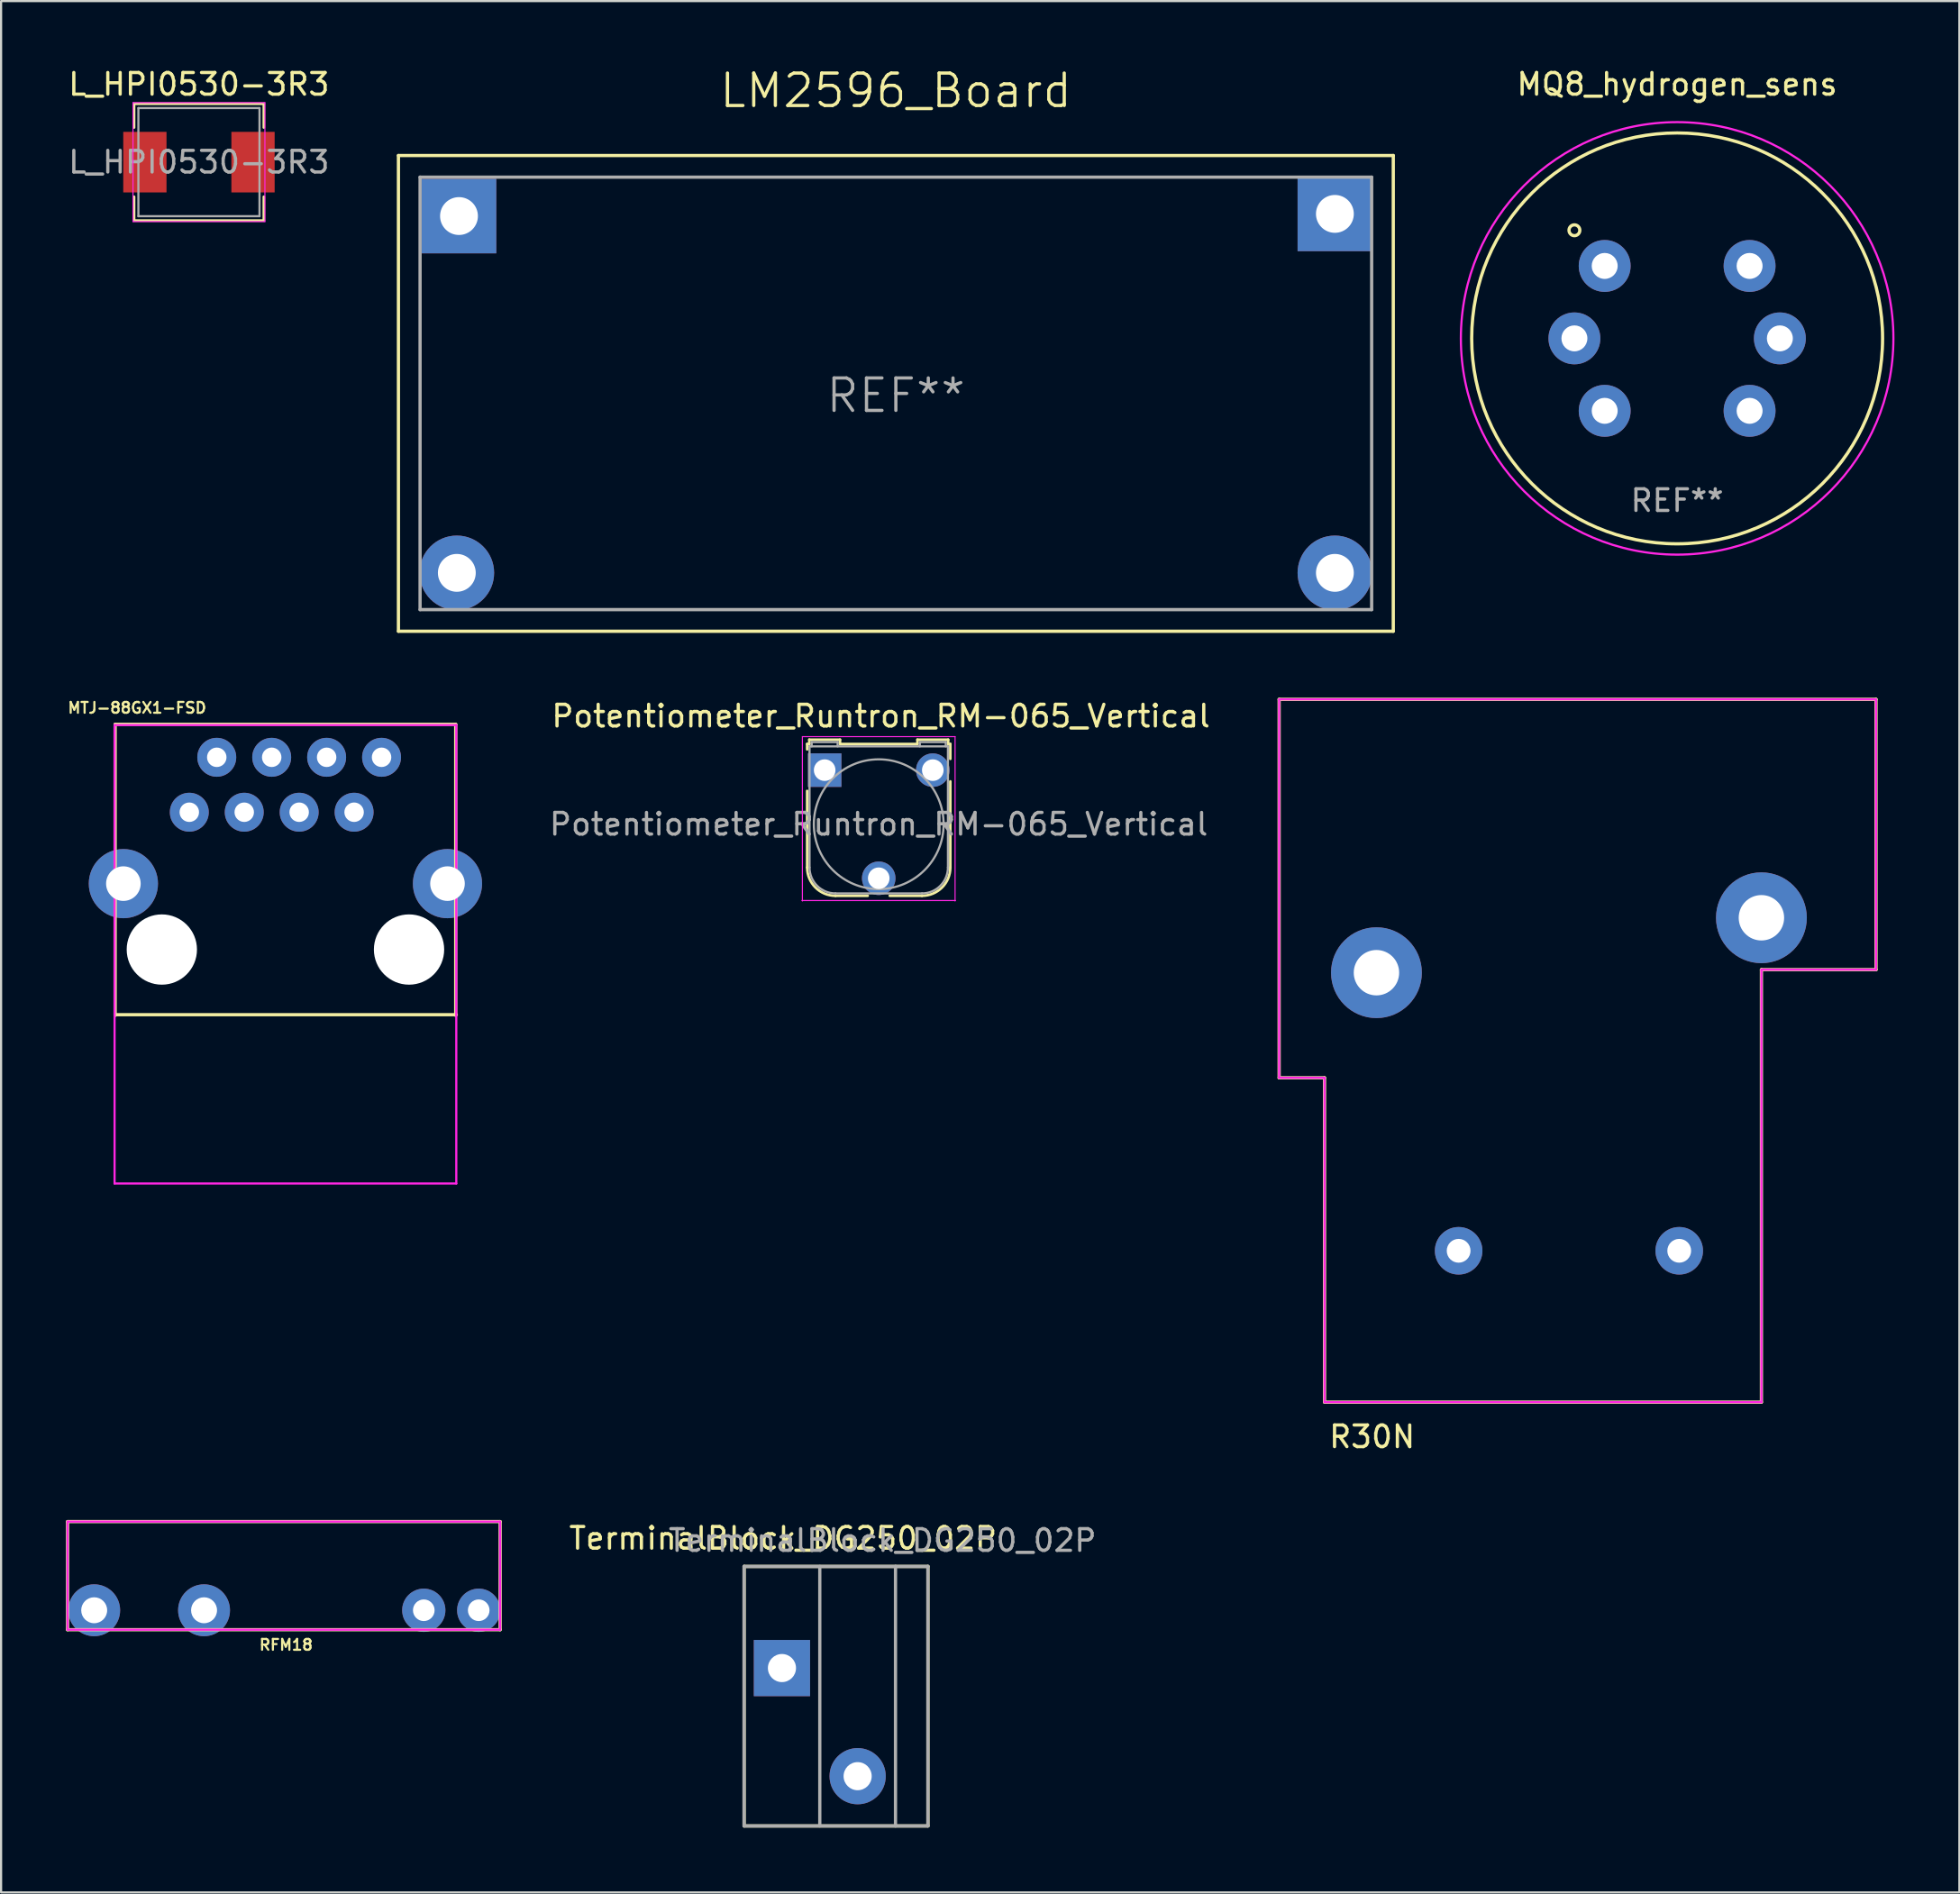
<source format=kicad_pcb>
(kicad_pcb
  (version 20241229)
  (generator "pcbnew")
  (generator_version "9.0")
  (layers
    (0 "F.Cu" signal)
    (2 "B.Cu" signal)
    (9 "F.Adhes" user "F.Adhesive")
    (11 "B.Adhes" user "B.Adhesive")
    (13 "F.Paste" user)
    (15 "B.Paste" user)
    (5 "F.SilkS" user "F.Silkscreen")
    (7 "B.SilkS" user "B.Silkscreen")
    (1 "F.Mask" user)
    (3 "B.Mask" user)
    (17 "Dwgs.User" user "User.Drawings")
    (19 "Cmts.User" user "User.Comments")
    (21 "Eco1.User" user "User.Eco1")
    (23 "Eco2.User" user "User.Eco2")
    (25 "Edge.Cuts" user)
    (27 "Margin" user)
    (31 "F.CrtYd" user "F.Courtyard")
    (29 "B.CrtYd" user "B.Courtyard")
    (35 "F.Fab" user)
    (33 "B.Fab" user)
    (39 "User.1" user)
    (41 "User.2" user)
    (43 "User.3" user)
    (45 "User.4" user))
  (footprint "R30N"
    (layer "F.Cu")
    (at 69.395 43.391)
    (property "Reference" "R30N" (at -9 20 0) (layer "F.SilkS") (effects (font (size 1 1) (thickness 0.15))))
    (attr through_hole)
    (fp_line (start -13.3 -14.1) (end -13.3 3.4) (stroke (width 0.15) (type solid)) (layer "F.SilkS"))
    (fp_line (start -13.3 -14.1) (end 14.3 -14.1) (stroke (width 0.15) (type solid)) (layer "F.SilkS"))
    (fp_line (start -13.3 3.4) (end -11.2 3.4) (stroke (width 0.15) (type solid)) (layer "F.SilkS"))
    (fp_line (start -11.2 3.4) (end -11.2 18.4) (stroke (width 0.15) (type solid)) (layer "F.SilkS"))
    (fp_line (start 9 18.4) (end -11.2 18.4) (stroke (width 0.15) (type solid)) (layer "F.SilkS"))
    (fp_line (start 9 18.4) (end 9 -1.6) (stroke (width 0.15) (type solid)) (layer "F.SilkS"))
    (fp_line (start 14.3 -1.6) (end 9 -1.6) (stroke (width 0.15) (type solid)) (layer "F.SilkS"))
    (fp_line (start 14.3 -1.6) (end 14.3 -14.1) (stroke (width 0.15) (type solid)) (layer "F.SilkS"))
    (fp_line (start -13.3 -14.1) (end -13.3 3.4) (stroke (width 0.1) (type solid)) (layer "F.CrtYd"))
    (fp_line (start -13.3 -14.1) (end 14.3 -14.1) (stroke (width 0.1) (type solid)) (layer "F.CrtYd"))
    (fp_line (start -13.3 3.4) (end -11.2 3.4) (stroke (width 0.1) (type solid)) (layer "F.CrtYd"))
    (fp_line (start -11.2 3.4) (end -11.2 18.4) (stroke (width 0.1) (type solid)) (layer "F.CrtYd"))
    (fp_line (start 9 18.4) (end -11.2 18.4) (stroke (width 0.1) (type solid)) (layer "F.CrtYd"))
    (fp_line (start 9 18.4) (end 9 -1.6) (stroke (width 0.1) (type solid)) (layer "F.CrtYd"))
    (fp_line (start 14.3 -1.6) (end 9 -1.6) (stroke (width 0.1) (type solid)) (layer "F.CrtYd"))
    (fp_line (start 14.3 -1.6) (end 14.3 -14.1) (stroke (width 0.1) (type solid)) (layer "F.CrtYd"))
    (pad "11" thru_hole circle (at -8.8 -1.46) (size 4.2 4.2) (drill 2.1) (layers "*.Cu" "*.Mask"))
    (pad "14" thru_hole circle (at 9 -4) (size 4.2 4.2) (drill 2.1) (layers "*.Cu" "*.Mask"))
    (pad "A1" thru_hole circle (at 5.2 11.4) (size 2.2 2.2) (drill 1.1) (layers "*.Cu" "*.Mask"))
    (pad "A2" thru_hole circle (at -5 11.4) (size 2.2 2.2) (drill 1.1) (layers "*.Cu" "*.Mask")))
  (footprint "L_HPI0530-3R3"
    (layer "F.Cu")
    (at 6.149 4.448)
    (property "Reference" "L_HPI0530-3R3" (at 0 -3.6 0) (layer "F.SilkS") (effects (font (size 1 1) (thickness 0.15))))
    (attr smd)
    (fp_line (start -3 -2.7) (end 3 -2.7) (stroke (width 0.12) (type solid)) (layer "F.SilkS"))
    (fp_line (start -3 -1.6) (end -3 -2.7) (stroke (width 0.12) (type solid)) (layer "F.SilkS"))
    (fp_line (start -3 2.7) (end -3 1.6) (stroke (width 0.12) (type solid)) (layer "F.SilkS"))
    (fp_line (start 3 -2.7) (end 3 -1.6) (stroke (width 0.12) (type solid)) (layer "F.SilkS"))
    (fp_line (start 3 1.6) (end 3 2.7) (stroke (width 0.12) (type solid)) (layer "F.SilkS"))
    (fp_line (start 3 2.7) (end -3 2.7) (stroke (width 0.12) (type solid)) (layer "F.SilkS"))
    (fp_line (start -3.05 -2.75) (end -3.05 2.75) (stroke (width 0.05) (type solid)) (layer "F.CrtYd"))
    (fp_line (start -3.05 -2.75) (end 3.05 -2.75) (stroke (width 0.05) (type solid)) (layer "F.CrtYd"))
    (fp_line (start 3.05 2.75) (end -3.05 2.75) (stroke (width 0.05) (type solid)) (layer "F.CrtYd"))
    (fp_line (start 3.05 2.75) (end 3.05 -2.75) (stroke (width 0.05) (type solid)) (layer "F.CrtYd"))
    (fp_line (start -2.8 -2.5) (end 2.8 -2.5) (stroke (width 0.1) (type solid)) (layer "F.Fab"))
    (fp_line (start -2.8 2.5) (end -2.8 -2.5) (stroke (width 0.1) (type solid)) (layer "F.Fab"))
    (fp_line (start 2.8 -2.5) (end 2.8 2.5) (stroke (width 0.1) (type solid)) (layer "F.Fab"))
    (fp_line (start 2.8 2.5) (end -2.8 2.5) (stroke (width 0.1) (type solid)) (layer "F.Fab"))
    (fp_text user "${REFERENCE}" (at 0 0 0) (layer "F.Fab") (effects (font (size 1 1) (thickness 0.15))))
    (pad "1" smd rect (at -2.5 0) (size 2 2.8) (layers "F.Cu" "F.Mask" "F.Paste"))
    (pad "2" smd rect (at 2.5 0) (size 2 2.8) (layers "F.Cu" "F.Mask" "F.Paste")))
  (footprint "LM2596_Board"
    (layer "F.Cu")
    (at 38.373 15.141)
    (property "Reference" "LM2596_Board" (at 0 -14 0) (layer "F.SilkS") (effects (font (size 1.5 1.5) (thickness 0.15))))
    (attr through_hole)
    (fp_line (start -23 -11) (end -23 11) (stroke (width 0.15) (type solid)) (layer "F.SilkS"))
    (fp_line (start -23 11) (end 23 11) (stroke (width 0.15) (type solid)) (layer "F.SilkS"))
    (fp_line (start 23 -11) (end -23 -11) (stroke (width 0.15) (type solid)) (layer "F.SilkS"))
    (fp_line (start 23 11) (end 23 -11) (stroke (width 0.15) (type solid)) (layer "F.SilkS"))
    (fp_line (start -22 -10) (end 22 -10) (stroke (width 0.15) (type solid)) (layer "F.Fab"))
    (fp_line (start -22 10) (end -22 -10) (stroke (width 0.15) (type solid)) (layer "F.Fab"))
    (fp_line (start 22 -10) (end 22 10) (stroke (width 0.15) (type solid)) (layer "F.Fab"))
    (fp_line (start 22 10) (end -22 10) (stroke (width 0.15) (type solid)) (layer "F.Fab"))
    (fp_text user "REF**" (at 0 0.1 0) (layer "F.Fab") (effects (font (size 1.5 1.5) (thickness 0.15))))
    (pad "1" thru_hole rect (at -20.2 -8.2) (size 3.45 3.45) (drill 1.75) (layers "*.Cu" "*.Mask"))
    (pad "2" thru_hole circle (at -20.3 8.3) (size 3.45 3.45) (drill 1.75) (layers "*.Cu" "*.Mask"))
    (pad "3" thru_hole rect (at 20.3 -8.3) (size 3.45 3.45) (drill 1.75) (layers "*.Cu" "*.Mask"))
    (pad "4" thru_hole circle (at 20.3 8.3) (size 3.45 3.45) (drill 1.75) (layers "*.Cu" "*.Mask")))
  (footprint "TerminalBlock_DG250_02P"
    (layer "F.Cu")
    (at 31.356 69.387)
    (property "Reference" "TerminalBlock_DG250_02P" (at 1.8 -1.3 0) (layer "F.SilkS") (effects (font (size 1 1) (thickness 0.15))))
    (attr through_hole)
    (fp_line (start 0 0) (end 8.5 0) (stroke (width 0.15) (type solid)) (layer "F.SilkS"))
    (fp_line (start 0 12) (end 0 0) (stroke (width 0.15) (type solid)) (layer "F.SilkS"))
    (fp_line (start 8.5 0) (end 8.5 12) (stroke (width 0.15) (type solid)) (layer "F.SilkS"))
    (fp_line (start 8.5 12) (end 0 12) (stroke (width 0.15) (type solid)) (layer "F.SilkS"))
    (fp_line (start 0 0) (end 0 12) (stroke (width 0.15) (type solid)) (layer "F.Fab"))
    (fp_line (start 0 12) (end 7 12) (stroke (width 0.15) (type solid)) (layer "F.Fab"))
    (fp_line (start 3.5 0) (end 3.5 12) (stroke (width 0.15) (type solid)) (layer "F.Fab"))
    (fp_line (start 7 0) (end 0 0) (stroke (width 0.15) (type solid)) (layer "F.Fab"))
    (fp_line (start 7 12) (end 7 0) (stroke (width 0.15) (type solid)) (layer "F.Fab"))
    (fp_line (start 7 12) (end 8.5 12) (stroke (width 0.15) (type solid)) (layer "F.Fab"))
    (fp_line (start 8.5 0) (end 7 0) (stroke (width 0.15) (type solid)) (layer "F.Fab"))
    (fp_line (start 8.5 12) (end 8.5 0) (stroke (width 0.15) (type solid)) (layer "F.Fab"))
    (fp_text user "${REFERENCE}" (at 6.4 -1.2 0) (layer "F.Fab") (effects (font (size 1 1) (thickness 0.15))))
    (pad "1" thru_hole rect (at 1.75 4.7) (size 2.6 2.6) (drill 1.3) (layers "*.Cu" "*.Mask"))
    (pad "2" thru_hole circle (at 5.25 9.7) (size 2.6 2.6) (drill 1.3) (layers "*.Cu" "*.Mask")))
  (footprint "MTJ-88GX1-FSD"
    (layer "F.Cu")
    (at 10.148 40.86)
    (property "Reference" "MTJ-88GX1-FSD" (at -6.858 -11.176 0) (layer "F.SilkS") (effects (font (size 0.5 0.5) (thickness 0.1))))
    (attr through_hole)
    (fp_line (start -7.874 -10.414) (end -7.874 3.048) (stroke (width 0.15) (type solid)) (layer "F.SilkS"))
    (fp_line (start 7.874 -10.414) (end -7.874 -10.414) (stroke (width 0.15) (type solid)) (layer "F.SilkS"))
    (fp_line (start 7.874 -10.414) (end 7.874 3.048) (stroke (width 0.15) (type solid)) (layer "F.SilkS"))
    (fp_line (start 7.9 3.014) (end -7.848 3.014) (stroke (width 0.15) (type solid)) (layer "F.SilkS"))
    (fp_line (start -7.9 -10.38) (end 7.9 -10.38) (stroke (width 0.1) (type solid)) (layer "F.CrtYd"))
    (fp_line (start -7.9 10.82) (end -7.9 -10.38) (stroke (width 0.1) (type solid)) (layer "F.CrtYd"))
    (fp_line (start -7.9 10.82) (end 7.9 10.82) (stroke (width 0.1) (type solid)) (layer "F.CrtYd"))
    (fp_line (start 7.9 10.82) (end 7.9 -10.38) (stroke (width 0.1) (type solid)) (layer "F.CrtYd"))
    (pad "" np_thru_hole circle (at -5.715 0) (size 3.25 3.25) (drill 3.25) (layers "*.Cu" "*.Mask"))
    (pad "" np_thru_hole circle (at 5.715 0) (size 3.25 3.25) (drill 3.25) (layers "*.Cu" "*.Mask"))
    (pad "0" thru_hole circle (at -7.493 -3.048) (size 3.2 3.2) (drill 1.6) (layers "*.Cu" "*.Mask"))
    (pad "0" thru_hole circle (at 7.493 -3.048) (size 3.2 3.2) (drill 1.6) (layers "*.Cu" "*.Mask"))
    (pad "1" thru_hole circle (at -4.445 -6.35) (size 1.8 1.8) (drill 0.9) (layers "*.Cu" "*.Mask"))
    (pad "2" thru_hole circle (at -3.175 -8.89) (size 1.8 1.8) (drill 0.9) (layers "*.Cu" "*.Mask"))
    (pad "3" thru_hole circle (at -1.905 -6.35) (size 1.8 1.8) (drill 0.9) (layers "*.Cu" "*.Mask"))
    (pad "4" thru_hole circle (at -0.635 -8.89) (size 1.8 1.8) (drill 0.9) (layers "*.Cu" "*.Mask"))
    (pad "5" thru_hole circle (at 0.635 -6.35) (size 1.8 1.8) (drill 0.9) (layers "*.Cu" "*.Mask"))
    (pad "6" thru_hole circle (at 1.905 -8.89) (size 1.8 1.8) (drill 0.9) (layers "*.Cu" "*.Mask"))
    (pad "7" thru_hole circle (at 3.175 -6.35) (size 1.8 1.8) (drill 0.9) (layers "*.Cu" "*.Mask"))
    (pad "8" thru_hole circle (at 4.445 -8.89) (size 1.8 1.8) (drill 0.9) (layers "*.Cu" "*.Mask")))
  (footprint "RFM18"
    (layer "F.Cu")
    (at 10.075 72.314)
    (property "Reference" "RFM18" (at 0.1 0.7 0) (layer "F.SilkS") (effects (font (size 0.5 0.5) (thickness 0.1))))
    (attr through_hole)
    (fp_line (start -10 -5) (end 10 -5) (stroke (width 0.15) (type solid)) (layer "F.SilkS"))
    (fp_line (start -10 0) (end -10 -5) (stroke (width 0.15) (type solid)) (layer "F.SilkS"))
    (fp_line (start -10 0) (end 10 0) (stroke (width 0.15) (type solid)) (layer "F.SilkS"))
    (fp_line (start 10 -5) (end 10 0) (stroke (width 0.15) (type solid)) (layer "F.SilkS"))
    (fp_line (start -10 -5) (end 10 -5) (stroke (width 0.1) (type solid)) (layer "F.CrtYd"))
    (fp_line (start -10 0) (end -10 -5) (stroke (width 0.1) (type solid)) (layer "F.CrtYd"))
    (fp_line (start 10 -5) (end 10 0) (stroke (width 0.1) (type solid)) (layer "F.CrtYd"))
    (fp_line (start 10 0) (end -10 0) (stroke (width 0.1) (type solid)) (layer "F.CrtYd"))
    (pad "1" thru_hole circle (at -8.77 -0.9) (size 2.4 2.4) (drill 1.2) (layers "*.Cu" "*.Mask"))
    (pad "2" thru_hole circle (at -3.69 -0.9) (size 2.4 2.4) (drill 1.2) (layers "*.Cu" "*.Mask"))
    (pad "3" thru_hole circle (at 6.47 -0.9) (size 2 2) (drill 1) (layers "*.Cu" "*.Mask"))
    (pad "4" thru_hole circle (at 9.01 -0.9) (size 2 2) (drill 1) (layers "*.Cu" "*.Mask")))
  (footprint "MQ8_hydrogen_sens"
    (layer "F.Cu")
    (at 74.498 12.598)
    (property "Reference" "MQ8_hydrogen_sens" (at 0 -11.75 0) (layer "F.SilkS") (effects (font (size 1 1) (thickness 0.15))))
    (attr through_hole)
    (fp_circle (center -4.75 -5) (end -4.5 -5) (stroke (width 0.15) (type solid)) (fill no) (layer "F.SilkS"))
    (fp_circle (center 0 0) (end 0 -9.5) (stroke (width 0.15) (type solid)) (fill no) (layer "F.SilkS"))
    (fp_circle (center 0 0) (end 10 0) (stroke (width 0.1) (type solid)) (fill no) (layer "F.CrtYd"))
    (fp_text user "REF**" (at 0 7.5 0) (layer "F.Fab") (effects (font (size 1 1) (thickness 0.15))))
    (pad "1" thru_hole circle (at -3.35 -3.35 135) (size 2.4 2.4) (drill 1.2) (layers "*.Cu" "*.Mask"))
    (pad "1" thru_hole circle (at -3.35 3.35 225) (size 2.4 2.4) (drill 1.2) (layers "*.Cu" "*.Mask"))
    (pad "2" thru_hole circle (at -4.75 0 180) (size 2.4 2.4) (drill 1.2) (layers "*.Cu" "*.Mask"))
    (pad "3" thru_hole circle (at 3.35 -3.35 45) (size 2.4 2.4) (drill 1.2) (layers "*.Cu" "*.Mask"))
    (pad "3" thru_hole circle (at 3.35 3.35 315) (size 2.4 2.4) (drill 1.2) (layers "*.Cu" "*.Mask"))
    (pad "4" thru_hole circle (at 4.75 0) (size 2.4 2.4) (drill 1.2) (layers "*.Cu" "*.Mask")))
  (footprint "Potentiometer_Runtron_RM-065_Vertical"
    (layer "F.Cu")
    (at 35.081 32.564)
    (property "Reference" "Potentiometer_Runtron_RM-065_Vertical" (at 2.6 -2.5 0) (layer "F.SilkS") (effects (font (size 1 1) (thickness 0.15))))
    (attr through_hole)
    (fp_line (start -0.81 -1.21) (end -0.81 -0.96) (stroke (width 0.12) (type solid)) (layer "F.SilkS"))
    (fp_line (start -0.81 4.5) (end -0.81 0.96) (stroke (width 0.12) (type solid)) (layer "F.SilkS"))
    (fp_line (start -0.71 -1.41) (end -0.71 -1.21) (stroke (width 0.12) (type solid)) (layer "F.SilkS"))
    (fp_line (start -0.71 -1.41) (end 0.71 -1.41) (stroke (width 0.12) (type solid)) (layer "F.SilkS"))
    (fp_line (start -0.71 -1.21) (end -0.81 -1.21) (stroke (width 0.12) (type solid)) (layer "F.SilkS"))
    (fp_line (start 0.71 -1.21) (end 0.71 -1.41) (stroke (width 0.12) (type solid)) (layer "F.SilkS"))
    (fp_line (start 0.71 -1.21) (end 4.29 -1.21) (stroke (width 0.12) (type solid)) (layer "F.SilkS"))
    (fp_line (start 1.99 5.81) (end 0.5 5.81) (stroke (width 0.12) (type solid)) (layer "F.SilkS"))
    (fp_line (start 4.29 -1.41) (end 5.71 -1.41) (stroke (width 0.12) (type solid)) (layer "F.SilkS"))
    (fp_line (start 4.29 -1.21) (end 4.29 -1.41) (stroke (width 0.12) (type solid)) (layer "F.SilkS"))
    (fp_line (start 4.5 5.81) (end 3.01 5.81) (stroke (width 0.12) (type solid)) (layer "F.SilkS"))
    (fp_line (start 5.71 -1.41) (end 5.71 -1.21) (stroke (width 0.12) (type solid)) (layer "F.SilkS"))
    (fp_line (start 5.71 -1.21) (end 5.81 -1.21) (stroke (width 0.12) (type solid)) (layer "F.SilkS"))
    (fp_line (start 5.81 -1.21) (end 5.81 -0.52) (stroke (width 0.12) (type solid)) (layer "F.SilkS"))
    (fp_line (start 5.81 0.52) (end 5.81 4.5) (stroke (width 0.12) (type solid)) (layer "F.SilkS"))
    (fp_arc (start 0.5 5.81) (mid -0.42631 5.42631) (end -0.81 4.5) (stroke (width 0.12) (type solid)) (layer "F.SilkS"))
    (fp_arc (start 5.81 4.5) (mid 5.42631 5.42631) (end 4.5 5.81) (stroke (width 0.12) (type solid)) (layer "F.SilkS"))
    (fp_line (start -1.03 -1.55) (end -1.03 6.05) (stroke (width 0.05) (type solid)) (layer "F.CrtYd"))
    (fp_line (start -1.03 -1.55) (end 6.03 -1.55) (stroke (width 0.05) (type solid)) (layer "F.CrtYd"))
    (fp_line (start 6.03 6.05) (end 6.03 -1.55) (stroke (width 0.05) (type solid)) (layer "F.CrtYd"))
    (fp_line (start 6.05 6.03) (end -1.05 6.03) (stroke (width 0.05) (type solid)) (layer "F.CrtYd"))
    (fp_line (start -0.7 4.5) (end -0.7 -1.1) (stroke (width 0.1) (type solid)) (layer "F.Fab"))
    (fp_line (start -0.6 -1.3) (end 0.6 -1.3) (stroke (width 0.1) (type solid)) (layer "F.Fab"))
    (fp_line (start -0.6 -1.1) (end -0.6 -1.3) (stroke (width 0.1) (type solid)) (layer "F.Fab"))
    (fp_line (start 0.5 5.7) (end 4.5 5.7) (stroke (width 0.1) (type solid)) (layer "F.Fab"))
    (fp_line (start 0.6 -1.3) (end 0.6 -1.1) (stroke (width 0.1) (type solid)) (layer "F.Fab"))
    (fp_line (start 4.4 -1.3) (end 4.4 -1.1) (stroke (width 0.1) (type solid)) (layer "F.Fab"))
    (fp_line (start 5.6 -1.3) (end 4.41 -1.3) (stroke (width 0.1) (type solid)) (layer "F.Fab"))
    (fp_line (start 5.6 -1.1) (end 5.6 -1.3) (stroke (width 0.1) (type solid)) (layer "F.Fab"))
    (fp_line (start 5.7 -1.1) (end -0.7 -1.1) (stroke (width 0.1) (type solid)) (layer "F.Fab"))
    (fp_line (start 5.7 4.5) (end 5.7 -1.1) (stroke (width 0.1) (type solid)) (layer "F.Fab"))
    (fp_arc (start 0.5 5.7) (mid -0.348528 5.348528) (end -0.7 4.5) (stroke (width 0.1) (type solid)) (layer "F.Fab"))
    (fp_arc (start 5.7 4.5) (mid 5.348528 5.348528) (end 4.5 5.7) (stroke (width 0.1) (type solid)) (layer "F.Fab"))
    (fp_circle (center 2.5 2.5) (end 5.5 2.5) (stroke (width 0.1) (type solid)) (fill no) (layer "F.Fab"))
    (fp_text user "${REFERENCE}" (at 2.5 2.5 0) (layer "F.Fab") (effects (font (size 1 1) (thickness 0.15))))
    (pad "1" thru_hole rect (at 0 0) (size 1.55 1.55) (drill 1) (layers "*.Cu" "*.Mask"))
    (pad "2" thru_hole circle (at 2.5 5) (size 1.55 1.55) (drill 1) (layers "*.Cu" "*.Mask"))
    (pad "3" thru_hole circle (at 5 0) (size 1.55 1.55) (drill 1) (layers "*.Cu" "*.Mask")))
  (gr_rect
    (start -3 -3)
    (end 87.548 84.462)
    (stroke (width 0.1) (type default))
    (fill no)
    (layer "Edge.Cuts")))
</source>
